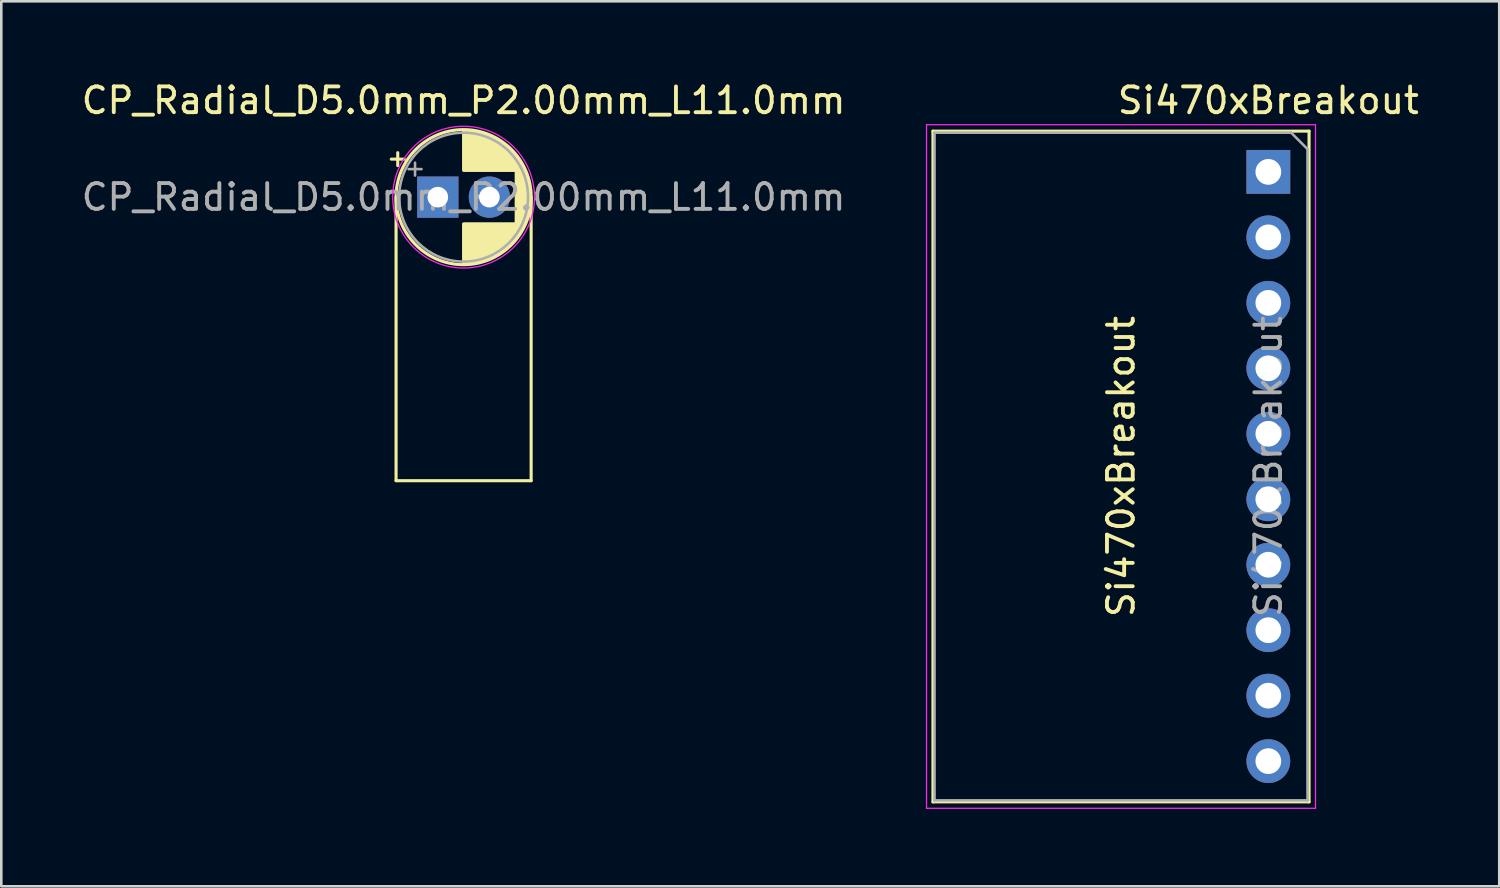
<source format=kicad_pcb>
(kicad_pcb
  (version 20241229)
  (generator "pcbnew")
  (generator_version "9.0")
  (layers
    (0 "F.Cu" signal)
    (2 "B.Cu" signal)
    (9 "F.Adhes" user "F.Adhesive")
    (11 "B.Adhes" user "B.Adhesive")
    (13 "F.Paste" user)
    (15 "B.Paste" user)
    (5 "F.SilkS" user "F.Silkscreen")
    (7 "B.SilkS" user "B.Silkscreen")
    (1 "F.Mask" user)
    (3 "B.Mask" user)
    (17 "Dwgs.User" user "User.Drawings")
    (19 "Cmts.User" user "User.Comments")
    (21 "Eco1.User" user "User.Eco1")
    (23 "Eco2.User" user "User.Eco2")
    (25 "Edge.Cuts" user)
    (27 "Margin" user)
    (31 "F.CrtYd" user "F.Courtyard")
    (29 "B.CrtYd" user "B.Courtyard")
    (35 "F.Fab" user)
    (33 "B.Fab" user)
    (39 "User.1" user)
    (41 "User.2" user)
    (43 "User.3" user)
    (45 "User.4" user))
  (footprint "CP_Radial_D5.0mm_P2.00mm_L11.0mm"
    (layer "F.Cu")
    (at 13.935 4.598)
    (property "Reference" "CP_Radial_D5.0mm_P2.00mm_L11.0mm" (at 1 -3.75 0) (layer "F.SilkS") (effects (font (size 1 1) (thickness 0.15))))
    (attr through_hole)
    (fp_line (start -1.805 -1.475) (end -1.305 -1.475) (stroke (width 0.12) (type solid)) (layer "F.SilkS"))
    (fp_line (start -1.62 0) (end -1.62 11) (stroke (width 0.12) (type solid)) (layer "F.SilkS"))
    (fp_line (start -1.62 11) (end 3.62 11) (stroke (width 0.12) (type solid)) (layer "F.SilkS"))
    (fp_line (start -1.555 -1.725) (end -1.555 -1.225) (stroke (width 0.12) (type solid)) (layer "F.SilkS"))
    (fp_line (start 1 -2.58) (end 1 -1.04) (stroke (width 0.12) (type solid)) (layer "F.SilkS"))
    (fp_line (start 1 1.04) (end 1 2.58) (stroke (width 0.12) (type solid)) (layer "F.SilkS"))
    (fp_line (start 1.04 -2.58) (end 1.04 -1.04) (stroke (width 0.12) (type solid)) (layer "F.SilkS"))
    (fp_line (start 1.04 1.04) (end 1.04 2.58) (stroke (width 0.12) (type solid)) (layer "F.SilkS"))
    (fp_line (start 1.08 -2.579) (end 1.08 -1.04) (stroke (width 0.12) (type solid)) (layer "F.SilkS"))
    (fp_line (start 1.08 1.04) (end 1.08 2.579) (stroke (width 0.12) (type solid)) (layer "F.SilkS"))
    (fp_line (start 1.12 -2.578) (end 1.12 -1.04) (stroke (width 0.12) (type solid)) (layer "F.SilkS"))
    (fp_line (start 1.12 1.04) (end 1.12 2.578) (stroke (width 0.12) (type solid)) (layer "F.SilkS"))
    (fp_line (start 1.16 -2.576) (end 1.16 -1.04) (stroke (width 0.12) (type solid)) (layer "F.SilkS"))
    (fp_line (start 1.16 1.04) (end 1.16 2.576) (stroke (width 0.12) (type solid)) (layer "F.SilkS"))
    (fp_line (start 1.2 -2.573) (end 1.2 -1.04) (stroke (width 0.12) (type solid)) (layer "F.SilkS"))
    (fp_line (start 1.2 1.04) (end 1.2 2.573) (stroke (width 0.12) (type solid)) (layer "F.SilkS"))
    (fp_line (start 1.24 -2.569) (end 1.24 -1.04) (stroke (width 0.12) (type solid)) (layer "F.SilkS"))
    (fp_line (start 1.24 1.04) (end 1.24 2.569) (stroke (width 0.12) (type solid)) (layer "F.SilkS"))
    (fp_line (start 1.28 -2.565) (end 1.28 -1.04) (stroke (width 0.12) (type solid)) (layer "F.SilkS"))
    (fp_line (start 1.28 1.04) (end 1.28 2.565) (stroke (width 0.12) (type solid)) (layer "F.SilkS"))
    (fp_line (start 1.32 -2.561) (end 1.32 -1.04) (stroke (width 0.12) (type solid)) (layer "F.SilkS"))
    (fp_line (start 1.32 1.04) (end 1.32 2.561) (stroke (width 0.12) (type solid)) (layer "F.SilkS"))
    (fp_line (start 1.36 -2.556) (end 1.36 -1.04) (stroke (width 0.12) (type solid)) (layer "F.SilkS"))
    (fp_line (start 1.36 1.04) (end 1.36 2.556) (stroke (width 0.12) (type solid)) (layer "F.SilkS"))
    (fp_line (start 1.4 -2.55) (end 1.4 -1.04) (stroke (width 0.12) (type solid)) (layer "F.SilkS"))
    (fp_line (start 1.4 1.04) (end 1.4 2.55) (stroke (width 0.12) (type solid)) (layer "F.SilkS"))
    (fp_line (start 1.44 -2.543) (end 1.44 -1.04) (stroke (width 0.12) (type solid)) (layer "F.SilkS"))
    (fp_line (start 1.44 1.04) (end 1.44 2.543) (stroke (width 0.12) (type solid)) (layer "F.SilkS"))
    (fp_line (start 1.48 -2.536) (end 1.48 -1.04) (stroke (width 0.12) (type solid)) (layer "F.SilkS"))
    (fp_line (start 1.48 1.04) (end 1.48 2.536) (stroke (width 0.12) (type solid)) (layer "F.SilkS"))
    (fp_line (start 1.52 -2.528) (end 1.52 -1.04) (stroke (width 0.12) (type solid)) (layer "F.SilkS"))
    (fp_line (start 1.52 1.04) (end 1.52 2.528) (stroke (width 0.12) (type solid)) (layer "F.SilkS"))
    (fp_line (start 1.56 -2.52) (end 1.56 -1.04) (stroke (width 0.12) (type solid)) (layer "F.SilkS"))
    (fp_line (start 1.56 1.04) (end 1.56 2.52) (stroke (width 0.12) (type solid)) (layer "F.SilkS"))
    (fp_line (start 1.6 -2.511) (end 1.6 -1.04) (stroke (width 0.12) (type solid)) (layer "F.SilkS"))
    (fp_line (start 1.6 1.04) (end 1.6 2.511) (stroke (width 0.12) (type solid)) (layer "F.SilkS"))
    (fp_line (start 1.64 -2.501) (end 1.64 -1.04) (stroke (width 0.12) (type solid)) (layer "F.SilkS"))
    (fp_line (start 1.64 1.04) (end 1.64 2.501) (stroke (width 0.12) (type solid)) (layer "F.SilkS"))
    (fp_line (start 1.68 -2.491) (end 1.68 -1.04) (stroke (width 0.12) (type solid)) (layer "F.SilkS"))
    (fp_line (start 1.68 1.04) (end 1.68 2.491) (stroke (width 0.12) (type solid)) (layer "F.SilkS"))
    (fp_line (start 1.721 -2.48) (end 1.721 -1.04) (stroke (width 0.12) (type solid)) (layer "F.SilkS"))
    (fp_line (start 1.721 1.04) (end 1.721 2.48) (stroke (width 0.12) (type solid)) (layer "F.SilkS"))
    (fp_line (start 1.761 -2.468) (end 1.761 -1.04) (stroke (width 0.12) (type solid)) (layer "F.SilkS"))
    (fp_line (start 1.761 1.04) (end 1.761 2.468) (stroke (width 0.12) (type solid)) (layer "F.SilkS"))
    (fp_line (start 1.801 -2.455) (end 1.801 -1.04) (stroke (width 0.12) (type solid)) (layer "F.SilkS"))
    (fp_line (start 1.801 1.04) (end 1.801 2.455) (stroke (width 0.12) (type solid)) (layer "F.SilkS"))
    (fp_line (start 1.841 -2.442) (end 1.841 -1.04) (stroke (width 0.12) (type solid)) (layer "F.SilkS"))
    (fp_line (start 1.841 1.04) (end 1.841 2.442) (stroke (width 0.12) (type solid)) (layer "F.SilkS"))
    (fp_line (start 1.881 -2.428) (end 1.881 -1.04) (stroke (width 0.12) (type solid)) (layer "F.SilkS"))
    (fp_line (start 1.881 1.04) (end 1.881 2.428) (stroke (width 0.12) (type solid)) (layer "F.SilkS"))
    (fp_line (start 1.921 -2.414) (end 1.921 -1.04) (stroke (width 0.12) (type solid)) (layer "F.SilkS"))
    (fp_line (start 1.921 1.04) (end 1.921 2.414) (stroke (width 0.12) (type solid)) (layer "F.SilkS"))
    (fp_line (start 1.961 -2.398) (end 1.961 -1.04) (stroke (width 0.12) (type solid)) (layer "F.SilkS"))
    (fp_line (start 1.961 1.04) (end 1.961 2.398) (stroke (width 0.12) (type solid)) (layer "F.SilkS"))
    (fp_line (start 2.001 -2.382) (end 2.001 -1.04) (stroke (width 0.12) (type solid)) (layer "F.SilkS"))
    (fp_line (start 2.001 1.04) (end 2.001 2.382) (stroke (width 0.12) (type solid)) (layer "F.SilkS"))
    (fp_line (start 2.041 -2.365) (end 2.041 -1.04) (stroke (width 0.12) (type solid)) (layer "F.SilkS"))
    (fp_line (start 2.041 1.04) (end 2.041 2.365) (stroke (width 0.12) (type solid)) (layer "F.SilkS"))
    (fp_line (start 2.081 -2.348) (end 2.081 -1.04) (stroke (width 0.12) (type solid)) (layer "F.SilkS"))
    (fp_line (start 2.081 1.04) (end 2.081 2.348) (stroke (width 0.12) (type solid)) (layer "F.SilkS"))
    (fp_line (start 2.121 -2.329) (end 2.121 -1.04) (stroke (width 0.12) (type solid)) (layer "F.SilkS"))
    (fp_line (start 2.121 1.04) (end 2.121 2.329) (stroke (width 0.12) (type solid)) (layer "F.SilkS"))
    (fp_line (start 2.161 -2.31) (end 2.161 -1.04) (stroke (width 0.12) (type solid)) (layer "F.SilkS"))
    (fp_line (start 2.161 1.04) (end 2.161 2.31) (stroke (width 0.12) (type solid)) (layer "F.SilkS"))
    (fp_line (start 2.201 -2.29) (end 2.201 -1.04) (stroke (width 0.12) (type solid)) (layer "F.SilkS"))
    (fp_line (start 2.201 1.04) (end 2.201 2.29) (stroke (width 0.12) (type solid)) (layer "F.SilkS"))
    (fp_line (start 2.241 -2.268) (end 2.241 -1.04) (stroke (width 0.12) (type solid)) (layer "F.SilkS"))
    (fp_line (start 2.241 1.04) (end 2.241 2.268) (stroke (width 0.12) (type solid)) (layer "F.SilkS"))
    (fp_line (start 2.281 -2.247) (end 2.281 -1.04) (stroke (width 0.12) (type solid)) (layer "F.SilkS"))
    (fp_line (start 2.281 1.04) (end 2.281 2.247) (stroke (width 0.12) (type solid)) (layer "F.SilkS"))
    (fp_line (start 2.321 -2.224) (end 2.321 -1.04) (stroke (width 0.12) (type solid)) (layer "F.SilkS"))
    (fp_line (start 2.321 1.04) (end 2.321 2.224) (stroke (width 0.12) (type solid)) (layer "F.SilkS"))
    (fp_line (start 2.361 -2.2) (end 2.361 -1.04) (stroke (width 0.12) (type solid)) (layer "F.SilkS"))
    (fp_line (start 2.361 1.04) (end 2.361 2.2) (stroke (width 0.12) (type solid)) (layer "F.SilkS"))
    (fp_line (start 2.401 -2.175) (end 2.401 -1.04) (stroke (width 0.12) (type solid)) (layer "F.SilkS"))
    (fp_line (start 2.401 1.04) (end 2.401 2.175) (stroke (width 0.12) (type solid)) (layer "F.SilkS"))
    (fp_line (start 2.441 -2.149) (end 2.441 -1.04) (stroke (width 0.12) (type solid)) (layer "F.SilkS"))
    (fp_line (start 2.441 1.04) (end 2.441 2.149) (stroke (width 0.12) (type solid)) (layer "F.SilkS"))
    (fp_line (start 2.481 -2.122) (end 2.481 -1.04) (stroke (width 0.12) (type solid)) (layer "F.SilkS"))
    (fp_line (start 2.481 1.04) (end 2.481 2.122) (stroke (width 0.12) (type solid)) (layer "F.SilkS"))
    (fp_line (start 2.521 -2.095) (end 2.521 -1.04) (stroke (width 0.12) (type solid)) (layer "F.SilkS"))
    (fp_line (start 2.521 1.04) (end 2.521 2.095) (stroke (width 0.12) (type solid)) (layer "F.SilkS"))
    (fp_line (start 2.561 -2.065) (end 2.561 -1.04) (stroke (width 0.12) (type solid)) (layer "F.SilkS"))
    (fp_line (start 2.561 1.04) (end 2.561 2.065) (stroke (width 0.12) (type solid)) (layer "F.SilkS"))
    (fp_line (start 2.601 -2.035) (end 2.601 -1.04) (stroke (width 0.12) (type solid)) (layer "F.SilkS"))
    (fp_line (start 2.601 1.04) (end 2.601 2.035) (stroke (width 0.12) (type solid)) (layer "F.SilkS"))
    (fp_line (start 2.641 -2.004) (end 2.641 -1.04) (stroke (width 0.12) (type solid)) (layer "F.SilkS"))
    (fp_line (start 2.641 1.04) (end 2.641 2.004) (stroke (width 0.12) (type solid)) (layer "F.SilkS"))
    (fp_line (start 2.681 -1.971) (end 2.681 -1.04) (stroke (width 0.12) (type solid)) (layer "F.SilkS"))
    (fp_line (start 2.681 1.04) (end 2.681 1.971) (stroke (width 0.12) (type solid)) (layer "F.SilkS"))
    (fp_line (start 2.721 -1.937) (end 2.721 -1.04) (stroke (width 0.12) (type solid)) (layer "F.SilkS"))
    (fp_line (start 2.721 1.04) (end 2.721 1.937) (stroke (width 0.12) (type solid)) (layer "F.SilkS"))
    (fp_line (start 2.761 -1.901) (end 2.761 -1.04) (stroke (width 0.12) (type solid)) (layer "F.SilkS"))
    (fp_line (start 2.761 1.04) (end 2.761 1.901) (stroke (width 0.12) (type solid)) (layer "F.SilkS"))
    (fp_line (start 2.801 -1.864) (end 2.801 -1.04) (stroke (width 0.12) (type solid)) (layer "F.SilkS"))
    (fp_line (start 2.801 1.04) (end 2.801 1.864) (stroke (width 0.12) (type solid)) (layer "F.SilkS"))
    (fp_line (start 2.841 -1.826) (end 2.841 -1.04) (stroke (width 0.12) (type solid)) (layer "F.SilkS"))
    (fp_line (start 2.841 1.04) (end 2.841 1.826) (stroke (width 0.12) (type solid)) (layer "F.SilkS"))
    (fp_line (start 2.881 -1.785) (end 2.881 -1.04) (stroke (width 0.12) (type solid)) (layer "F.SilkS"))
    (fp_line (start 2.881 1.04) (end 2.881 1.785) (stroke (width 0.12) (type solid)) (layer "F.SilkS"))
    (fp_line (start 2.921 -1.743) (end 2.921 -1.04) (stroke (width 0.12) (type solid)) (layer "F.SilkS"))
    (fp_line (start 2.921 1.04) (end 2.921 1.743) (stroke (width 0.12) (type solid)) (layer "F.SilkS"))
    (fp_line (start 2.961 -1.699) (end 2.961 -1.04) (stroke (width 0.12) (type solid)) (layer "F.SilkS"))
    (fp_line (start 2.961 1.04) (end 2.961 1.699) (stroke (width 0.12) (type solid)) (layer "F.SilkS"))
    (fp_line (start 3.001 -1.653) (end 3.001 -1.04) (stroke (width 0.12) (type solid)) (layer "F.SilkS"))
    (fp_line (start 3.001 1.04) (end 3.001 1.653) (stroke (width 0.12) (type solid)) (layer "F.SilkS"))
    (fp_line (start 3.041 -1.605) (end 3.041 1.605) (stroke (width 0.12) (type solid)) (layer "F.SilkS"))
    (fp_line (start 3.081 -1.554) (end 3.081 1.554) (stroke (width 0.12) (type solid)) (layer "F.SilkS"))
    (fp_line (start 3.121 -1.5) (end 3.121 1.5) (stroke (width 0.12) (type solid)) (layer "F.SilkS"))
    (fp_line (start 3.161 -1.443) (end 3.161 1.443) (stroke (width 0.12) (type solid)) (layer "F.SilkS"))
    (fp_line (start 3.201 -1.383) (end 3.201 1.383) (stroke (width 0.12) (type solid)) (layer "F.SilkS"))
    (fp_line (start 3.241 -1.319) (end 3.241 1.319) (stroke (width 0.12) (type solid)) (layer "F.SilkS"))
    (fp_line (start 3.281 -1.251) (end 3.281 1.251) (stroke (width 0.12) (type solid)) (layer "F.SilkS"))
    (fp_line (start 3.321 -1.178) (end 3.321 1.178) (stroke (width 0.12) (type solid)) (layer "F.SilkS"))
    (fp_line (start 3.361 -1.098) (end 3.361 1.098) (stroke (width 0.12) (type solid)) (layer "F.SilkS"))
    (fp_line (start 3.401 -1.011) (end 3.401 1.011) (stroke (width 0.12) (type solid)) (layer "F.SilkS"))
    (fp_line (start 3.441 -0.915) (end 3.441 0.915) (stroke (width 0.12) (type solid)) (layer "F.SilkS"))
    (fp_line (start 3.481 -0.805) (end 3.481 0.805) (stroke (width 0.12) (type solid)) (layer "F.SilkS"))
    (fp_line (start 3.521 -0.677) (end 3.521 0.677) (stroke (width 0.12) (type solid)) (layer "F.SilkS"))
    (fp_line (start 3.561 -0.518) (end 3.561 0.518) (stroke (width 0.12) (type solid)) (layer "F.SilkS"))
    (fp_line (start 3.601 -0.284) (end 3.601 0.284) (stroke (width 0.12) (type solid)) (layer "F.SilkS"))
    (fp_line (start 3.62 0) (end 3.62 11) (stroke (width 0.12) (type solid)) (layer "F.SilkS"))
    (fp_circle (center 1 0) (end 3.62 0) (stroke (width 0.12) (type solid)) (fill no) (layer "F.SilkS"))
    (fp_circle (center 1 0) (end 3.75 0) (stroke (width 0.05) (type solid)) (fill no) (layer "F.CrtYd"))
    (fp_line (start -1.134 -1.087) (end -0.634 -1.087) (stroke (width 0.1) (type solid)) (layer "F.Fab"))
    (fp_line (start -0.884 -1.337) (end -0.884 -0.838) (stroke (width 0.1) (type solid)) (layer "F.Fab"))
    (fp_circle (center 1 0) (end 3.5 0) (stroke (width 0.1) (type solid)) (fill no) (layer "F.Fab"))
    (fp_text user "${REFERENCE}" (at 1 0 0) (layer "F.Fab") (effects (font (size 1 1) (thickness 0.15))))
    (pad "1" thru_hole rect (at 0 0) (size 1.6 1.6) (drill 0.8) (layers "*.Cu" "*.Mask"))
    (pad "2" thru_hole circle (at 2 0) (size 1.6 1.6) (drill 0.8) (layers "*.Cu" "*.Mask")))
  (footprint "Si470xBreakout"
    (layer "F.Cu")
    (at 46.154 3.618)
    (property "Reference" "Si470xBreakout" (at 0 -2.77 0) (layer "F.SilkS") (effects (font (size 1 1) (thickness 0.15))))
    (attr through_hole)
    (fp_line (start -13.01 -1.58) (end -13.01 24.44) (stroke (width 0.12) (type solid)) (layer "F.SilkS"))
    (fp_line (start -13.01 -1.58) (end 1.58 -1.58) (stroke (width 0.12) (type solid)) (layer "F.SilkS"))
    (fp_line (start -13.01 24.44) (end 1.58 24.44) (stroke (width 0.12) (type solid)) (layer "F.SilkS"))
    (fp_line (start 1.58 -1.58) (end 1.58 24.44) (stroke (width 0.12) (type solid)) (layer "F.SilkS"))
    (fp_line (start -13.26 -1.83) (end 1.83 -1.83) (stroke (width 0.05) (type solid)) (layer "F.CrtYd"))
    (fp_line (start -13.26 24.69) (end -13.26 -1.83) (stroke (width 0.05) (type solid)) (layer "F.CrtYd"))
    (fp_line (start 1.83 -1.83) (end 1.83 24.69) (stroke (width 0.05) (type solid)) (layer "F.CrtYd"))
    (fp_line (start 1.83 24.69) (end -13.26 24.69) (stroke (width 0.05) (type solid)) (layer "F.CrtYd"))
    (fp_line (start -12.95 -1.52) (end 0.885 -1.52) (stroke (width 0.1) (type solid)) (layer "F.Fab"))
    (fp_line (start -12.95 24.38) (end -12.95 -1.52) (stroke (width 0.1) (type solid)) (layer "F.Fab"))
    (fp_line (start 0.885 -1.52) (end 1.52 -0.885) (stroke (width 0.1) (type solid)) (layer "F.Fab"))
    (fp_line (start 1.52 -0.885) (end 1.52 24.38) (stroke (width 0.1) (type solid)) (layer "F.Fab"))
    (fp_line (start 1.52 24.38) (end -12.95 24.38) (stroke (width 0.1) (type solid)) (layer "F.Fab"))
    (fp_text user "Si470xBreakout" (at -5.715 11.43 90) (layer "F.SilkS") (effects (font (size 1 1) (thickness 0.15))))
    (fp_text user "${REFERENCE}" (at 0 11.43 90) (layer "F.Fab") (effects (font (size 1 1) (thickness 0.15))))
    (pad "1" thru_hole rect (at 0 0) (size 1.7 1.7) (drill 1) (layers "*.Cu" "*.Mask"))
    (pad "2" thru_hole oval (at 0 2.54) (size 1.7 1.7) (drill 1) (layers "*.Cu" "*.Mask"))
    (pad "3" thru_hole oval (at 0 5.08) (size 1.7 1.7) (drill 1) (layers "*.Cu" "*.Mask"))
    (pad "4" thru_hole oval (at 0 7.62) (size 1.7 1.7) (drill 1) (layers "*.Cu" "*.Mask"))
    (pad "5" thru_hole oval (at 0 10.16) (size 1.7 1.7) (drill 1) (layers "*.Cu" "*.Mask"))
    (pad "6" thru_hole oval (at 0 12.7) (size 1.7 1.7) (drill 1) (layers "*.Cu" "*.Mask"))
    (pad "7" thru_hole oval (at 0 15.24) (size 1.7 1.7) (drill 1) (layers "*.Cu" "*.Mask"))
    (pad "8" thru_hole oval (at 0 17.78) (size 1.7 1.7) (drill 1) (layers "*.Cu" "*.Mask"))
    (pad "9" thru_hole oval (at 0 20.32) (size 1.7 1.7) (drill 1) (layers "*.Cu" "*.Mask"))
    (pad "10" thru_hole oval (at 0 22.86) (size 1.7 1.7) (drill 1) (layers "*.Cu" "*.Mask")))
  (gr_rect
    (start -3 -3)
    (end 55.112 31.333)
    (stroke (width 0.1) (type default))
    (fill no)
    (layer "Edge.Cuts")))
</source>
